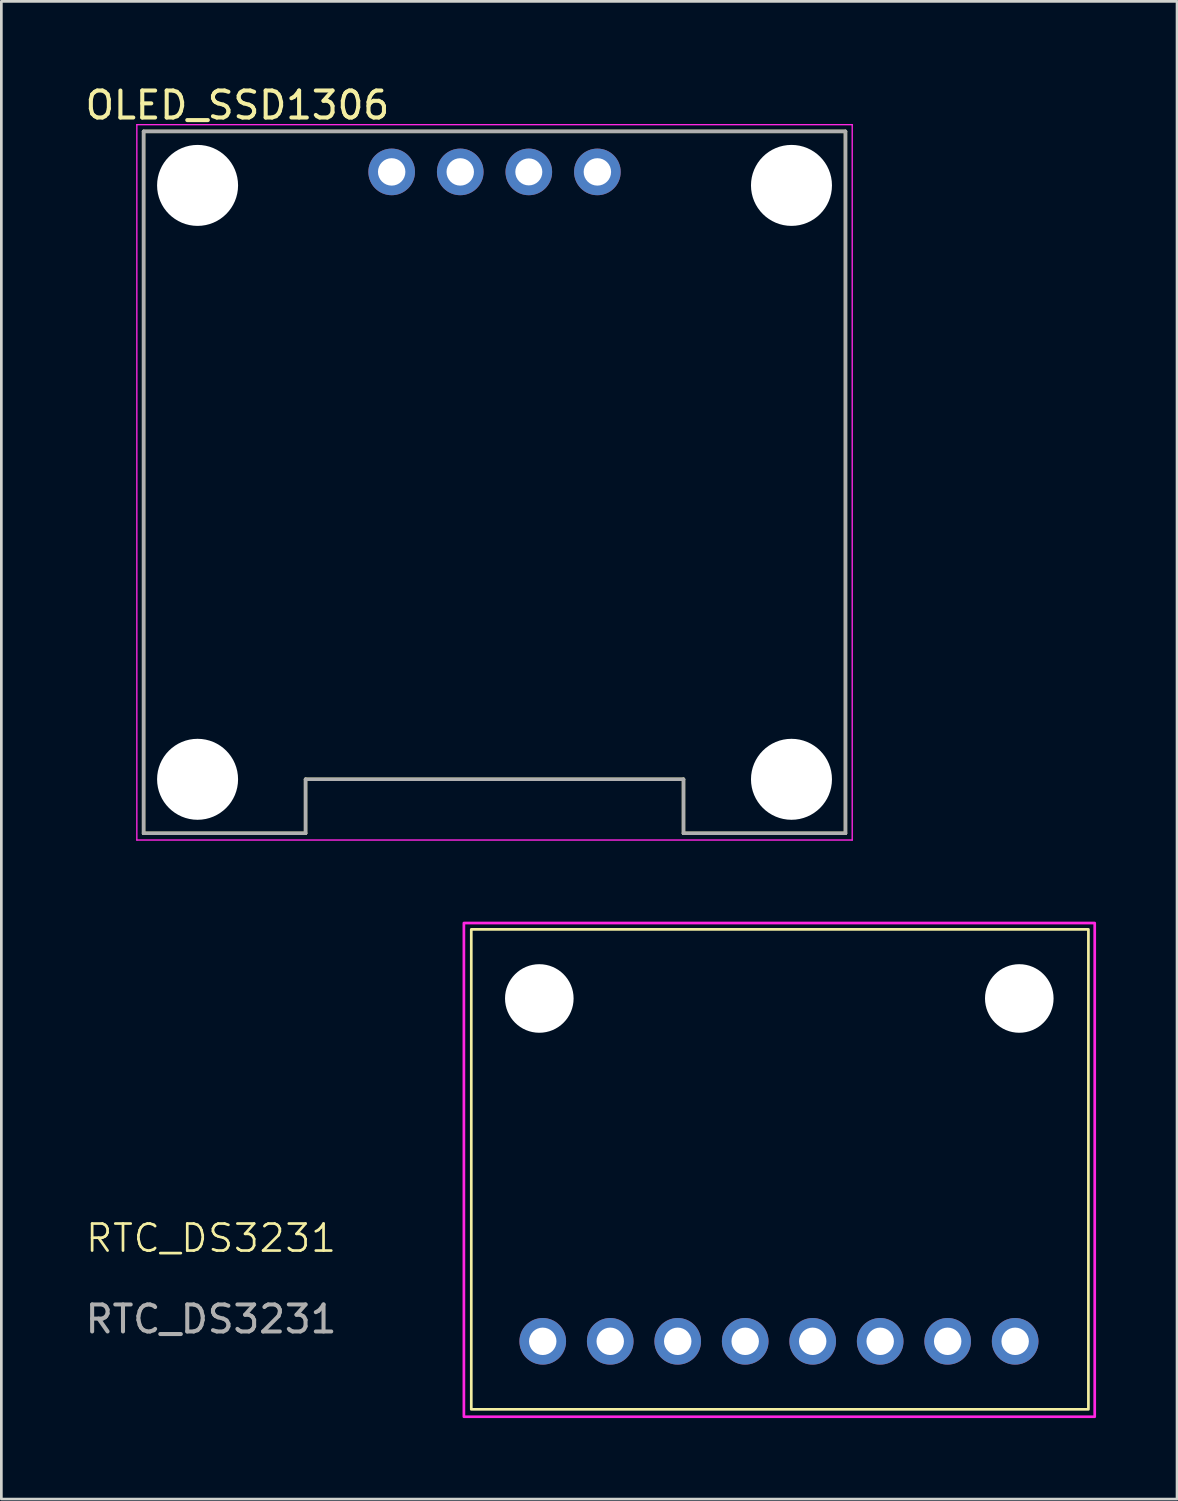
<source format=kicad_pcb>
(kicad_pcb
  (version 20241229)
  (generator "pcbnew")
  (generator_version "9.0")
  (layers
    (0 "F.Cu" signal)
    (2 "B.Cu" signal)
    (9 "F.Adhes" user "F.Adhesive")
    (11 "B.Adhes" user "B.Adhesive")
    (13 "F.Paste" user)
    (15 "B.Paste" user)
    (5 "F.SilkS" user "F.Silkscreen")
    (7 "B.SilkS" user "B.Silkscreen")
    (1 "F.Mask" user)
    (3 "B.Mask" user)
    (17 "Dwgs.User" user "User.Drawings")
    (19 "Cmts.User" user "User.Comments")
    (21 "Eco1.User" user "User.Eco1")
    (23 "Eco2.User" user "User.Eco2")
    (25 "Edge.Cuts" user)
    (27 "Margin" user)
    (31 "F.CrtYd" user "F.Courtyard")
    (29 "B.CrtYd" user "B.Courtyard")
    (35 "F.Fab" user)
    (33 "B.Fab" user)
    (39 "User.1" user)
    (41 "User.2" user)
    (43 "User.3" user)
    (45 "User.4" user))
  (footprint "OLED_SSD1306"
    (layer "F.Cu")
    (at 16.269 14.818)
    (property "Reference" "OLED_SSD1306" (at -10.525 -13.97 0) (layer "F.SilkS") (effects (font (size 1 1) (thickness 0.15))))
    (attr through_hole)
    (fp_line (start -14 -13) (end 12 -13) (stroke (width 0.127) (type solid)) (layer "F.SilkS"))
    (fp_line (start -14 13) (end -14 -13) (stroke (width 0.127) (type solid)) (layer "F.SilkS"))
    (fp_line (start -8 11) (end -8 13) (stroke (width 0.127) (type solid)) (layer "F.SilkS"))
    (fp_line (start -8 13) (end -14 13) (stroke (width 0.127) (type solid)) (layer "F.SilkS"))
    (fp_line (start 6 11) (end -8 11) (stroke (width 0.127) (type solid)) (layer "F.SilkS"))
    (fp_line (start 6 13) (end 6 11) (stroke (width 0.127) (type solid)) (layer "F.SilkS"))
    (fp_line (start 12 -13) (end 12 13) (stroke (width 0.127) (type solid)) (layer "F.SilkS"))
    (fp_line (start 12 13) (end 6 13) (stroke (width 0.127) (type solid)) (layer "F.SilkS"))
    (fp_line (start -14.25 -13.25) (end 12.25 -13.25) (stroke (width 0.05) (type solid)) (layer "F.CrtYd"))
    (fp_line (start -14.25 13.25) (end -14.25 -13.25) (stroke (width 0.05) (type solid)) (layer "F.CrtYd"))
    (fp_line (start 12.25 -13.25) (end 12.25 13.25) (stroke (width 0.05) (type solid)) (layer "F.CrtYd"))
    (fp_line (start 12.25 13.25) (end -14.25 13.25) (stroke (width 0.05) (type solid)) (layer "F.CrtYd"))
    (fp_line (start -14 -13) (end 12 -13) (stroke (width 0.127) (type solid)) (layer "F.Fab"))
    (fp_line (start -14 13) (end -14 -13) (stroke (width 0.127) (type solid)) (layer "F.Fab"))
    (fp_line (start -8 11) (end 6 11) (stroke (width 0.127) (type solid)) (layer "F.Fab"))
    (fp_line (start -8 13) (end -14 13) (stroke (width 0.127) (type solid)) (layer "F.Fab"))
    (fp_line (start -8 13) (end -8 11) (stroke (width 0.127) (type solid)) (layer "F.Fab"))
    (fp_line (start 6 11) (end 6 13) (stroke (width 0.127) (type solid)) (layer "F.Fab"))
    (fp_line (start 12 -13) (end 12 13) (stroke (width 0.127) (type solid)) (layer "F.Fab"))
    (fp_line (start 12 13) (end 6 13) (stroke (width 0.127) (type solid)) (layer "F.Fab"))
    (pad "" np_thru_hole circle (at -12 -11) (size 3 3) (drill 3) (layers "*.Cu" "*.Mask"))
    (pad "" np_thru_hole circle (at -12 11) (size 3 3) (drill 3) (layers "*.Cu" "*.Mask"))
    (pad "" np_thru_hole circle (at 10 -11) (size 3 3) (drill 3) (layers "*.Cu" "*.Mask"))
    (pad "" np_thru_hole circle (at 10 11) (size 3 3) (drill 3) (layers "*.Cu" "*.Mask"))
    (pad "1" thru_hole circle (at -4.81 -11.5) (size 1.727 1.727) (drill 1.016) (layers "*.Cu" "*.Mask"))
    (pad "2" thru_hole circle (at -2.27 -11.5) (size 1.727 1.727) (drill 1.016) (layers "*.Cu" "*.Mask"))
    (pad "3" thru_hole circle (at 0.27 -11.5 1.016) (size 1.727 1.727) (drill 1) (layers "*.Cu" "*.Mask"))
    (pad "4" thru_hole circle (at 2.81 -11.5) (size 1.727 1.727) (drill 1.016) (layers "*.Cu" "*.Mask")))
  (footprint "RTC_DS3231"
    (layer "F.Cu")
    (at 14.388 49.177)
    (property "Reference" "RTC_DS3231" (at -9.62 -6.36 0) (unlocked yes) (layer "F.SilkS") (effects (font (size 1 1) (thickness 0.1))))
    (attr through_hole)
    (fp_rect (start 0.02 -17.8) (end 22.88 -0.02) (stroke (width 0.1) (type default)) (fill no) (layer "F.SilkS"))
    (fp_rect (start -0.254 -18.034) (end 23.114 0.254) (stroke (width 0.1) (type default)) (fill no) (layer "F.CrtYd"))
    (fp_text user "${REFERENCE}" (at -9.62 -3.36 0) (unlocked yes) (layer "F.Fab") (effects (font (size 1 1) (thickness 0.15))))
    (pad "" np_thru_hole circle (at 2.54 -15.24) (size 2.54 2.54) (drill 2.54) (layers "*.Cu" "*.Mask"))
    (pad "" np_thru_hole circle (at 20.32 -15.24) (size 2.54 2.54) (drill 2.54) (layers "*.Cu" "*.Mask"))
    (pad "1" thru_hole circle (at 2.667 -2.54) (size 1.727 1.727) (drill 1.016) (layers "*.Cu" "*.Mask"))
    (pad "2" thru_hole circle (at 5.167 -2.54) (size 1.727 1.727) (drill 1.016) (layers "*.Cu" "*.Mask"))
    (pad "3" thru_hole circle (at 7.667 -2.54) (size 1.727 1.727) (drill 1.016) (layers "*.Cu" "*.Mask"))
    (pad "4" thru_hole circle (at 10.167 -2.54) (size 1.727 1.727) (drill 1.016) (layers "*.Cu" "*.Mask"))
    (pad "5" thru_hole circle (at 12.667 -2.54) (size 1.727 1.727) (drill 1.016) (layers "*.Cu" "*.Mask"))
    (pad "6" thru_hole circle (at 15.167 -2.54) (size 1.727 1.727) (drill 1.016) (layers "*.Cu" "*.Mask"))
    (pad "7" thru_hole circle (at 17.667 -2.54) (size 1.727 1.727) (drill 1.016) (layers "*.Cu" "*.Mask"))
    (pad "8" thru_hole circle (at 20.167 -2.54) (size 1.727 1.727) (drill 1.016) (layers "*.Cu" "*.Mask")))
  (gr_rect
    (start -3 -3)
    (end 40.552 52.481)
    (stroke (width 0.1) (type default))
    (fill no)
    (layer "Edge.Cuts")))
</source>
